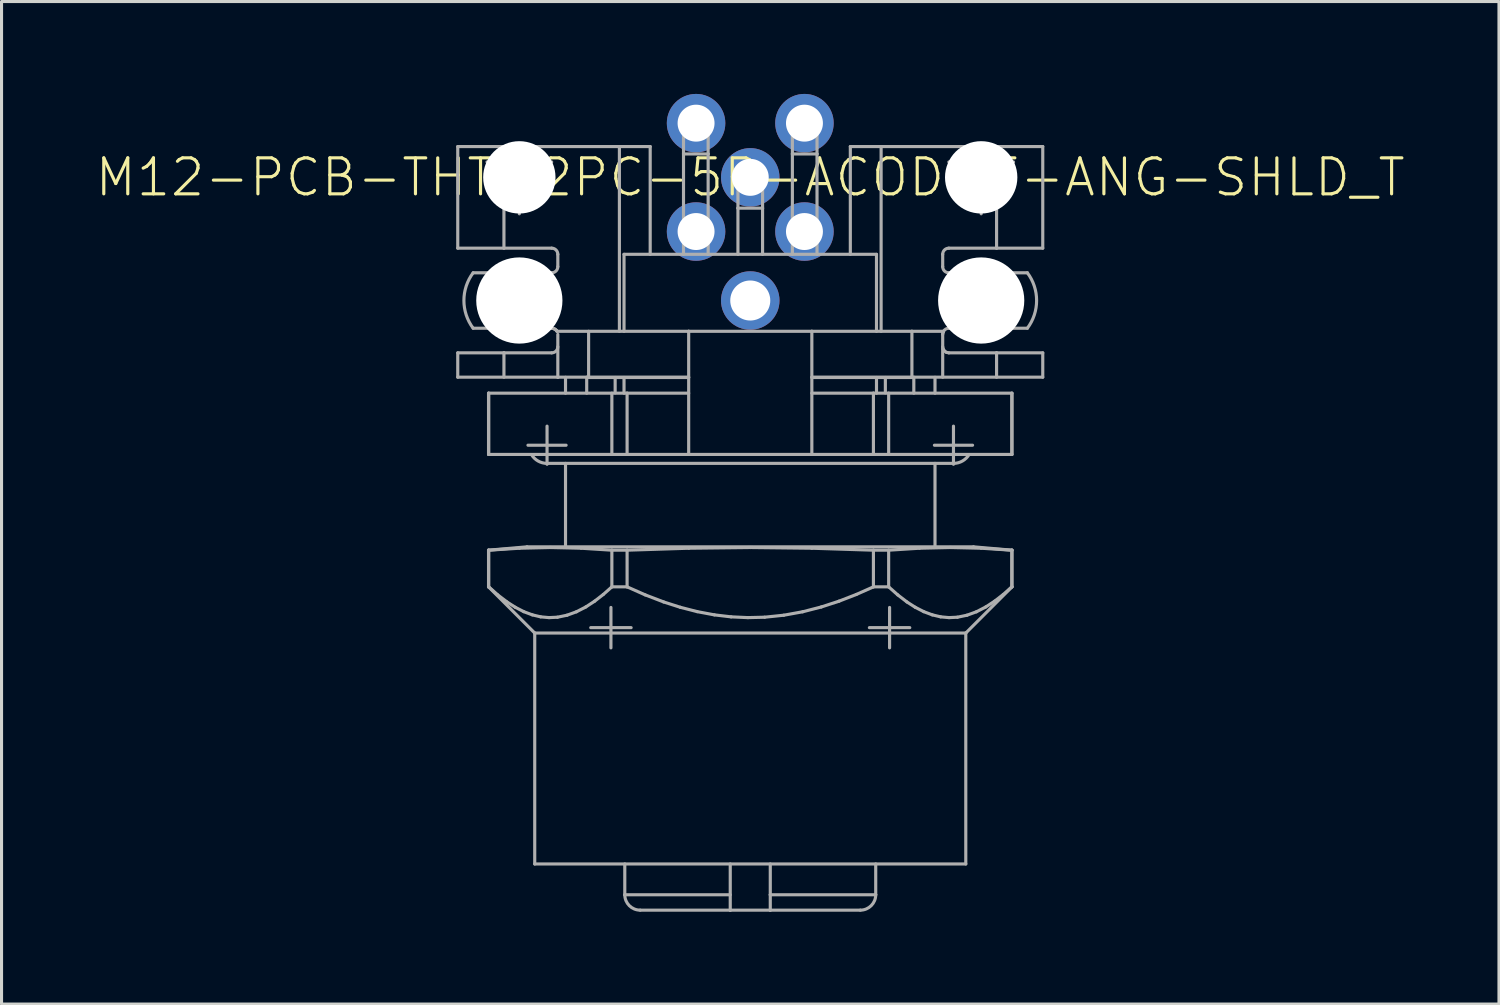
<source format=kicad_pcb>
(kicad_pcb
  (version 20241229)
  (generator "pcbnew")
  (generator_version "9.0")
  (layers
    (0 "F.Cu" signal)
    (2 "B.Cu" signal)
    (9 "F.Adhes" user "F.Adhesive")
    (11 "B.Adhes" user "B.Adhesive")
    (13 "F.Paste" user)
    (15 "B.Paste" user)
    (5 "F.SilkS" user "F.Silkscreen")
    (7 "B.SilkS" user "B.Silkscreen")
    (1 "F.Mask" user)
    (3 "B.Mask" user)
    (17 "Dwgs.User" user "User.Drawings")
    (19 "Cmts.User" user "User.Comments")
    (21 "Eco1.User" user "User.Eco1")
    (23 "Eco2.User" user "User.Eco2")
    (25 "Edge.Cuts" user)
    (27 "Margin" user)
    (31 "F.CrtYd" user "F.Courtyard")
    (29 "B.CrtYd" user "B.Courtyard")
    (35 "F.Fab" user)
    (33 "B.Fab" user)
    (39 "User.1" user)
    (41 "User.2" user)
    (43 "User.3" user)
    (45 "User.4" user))
  (footprint "M12-PCB-THT-2PC-5P-ACOD-F-ANG-SHLD_T"
    (layer "F.Cu")
    (at 21.317 2.71)
    (property "Reference" "M12-PCB-THT-2PC-5P-ACOD-F-ANG-SHLD_T" (at 0 0 0) (unlocked yes) (layer "F.SilkS") (effects (font (size 1.168 1.168) (thickness 0.102))))
    (fp_line (start -9.5 -1) (end -8 -1) (stroke (width 0.102) (type solid)) (layer "F.Fab"))
    (fp_line (start -9.5 2.3) (end -9.5 -1) (stroke (width 0.102) (type solid)) (layer "F.Fab"))
    (fp_line (start -9.5 6.49) (end -9.5 5.7) (stroke (width 0.102) (type solid)) (layer "F.Fab"))
    (fp_line (start -8.55 -0.5) (end -8.182 -0.5) (stroke (width 0.102) (type solid)) (layer "F.Fab"))
    (fp_line (start -8.5 4.9) (end -8.5 3.1) (stroke (width 0.102) (type solid)) (layer "F.Fab"))
    (fp_line (start -8.5 7.01) (end -8.5 9) (stroke (width 0.102) (type solid)) (layer "F.Fab"))
    (fp_line (start -8.5 7.01) (end -2 7.01) (stroke (width 0.102) (type solid)) (layer "F.Fab"))
    (fp_line (start -8.5 9) (end -4.495 9) (stroke (width 0.102) (type solid)) (layer "F.Fab"))
    (fp_line (start -8.5 12.109) (end -8.5 13.3) (stroke (width 0.102) (type solid)) (layer "F.Fab"))
    (fp_line (start -8.5 13.3) (end -7 14.8) (stroke (width 0.102) (type solid)) (layer "F.Fab"))
    (fp_line (start -8.495 9) (end -8.495 7.007) (stroke (width 0.102) (type solid)) (layer "F.Fab"))
    (fp_line (start -8.495 12.109) (end -8.5 12.109) (stroke (width 0.102) (type solid)) (layer "F.Fab"))
    (fp_line (start -8.495 13.3) (end -8.5 13.3) (stroke (width 0.102) (type solid)) (layer "F.Fab"))
    (fp_line (start -8.495 13.3) (end -8.495 12.109) (stroke (width 0.102) (type solid)) (layer "F.Fab"))
    (fp_line (start -8.366 -0.316) (end -8.366 -0.684) (stroke (width 0.102) (type solid)) (layer "F.Fab"))
    (fp_line (start -8.235 0) (end -6.765 0) (stroke (width 0.102) (type solid)) (layer "F.Fab"))
    (fp_line (start -8.202 13.56) (end -8.495 13.3) (stroke (width 0.102) (type solid)) (layer "F.Fab"))
    (fp_line (start -8 3.1) (end -9 3.1) (stroke (width 0.102) (type solid)) (layer "F.Fab"))
    (fp_line (start -8 3.1) (end -8 4.9) (stroke (width 0.102) (type solid)) (layer "F.Fab"))
    (fp_line (start -8 -1) (end -8 2.3) (stroke (width 0.102) (type solid)) (layer "F.Fab"))
    (fp_line (start -8 -1) (end -4.25 -1) (stroke (width 0.102) (type solid)) (layer "F.Fab"))
    (fp_line (start -8 2.3) (end -9.5 2.3) (stroke (width 0.102) (type solid)) (layer "F.Fab"))
    (fp_line (start -8 5.7) (end -9.5 5.7) (stroke (width 0.102) (type solid)) (layer "F.Fab"))
    (fp_line (start -8 6.49) (end -8 5.7) (stroke (width 0.102) (type solid)) (layer "F.Fab"))
    (fp_line (start -7.903 13.789) (end -8.202 13.56) (stroke (width 0.102) (type solid)) (layer "F.Fab"))
    (fp_line (start -7.684 1) (end -7.316 1) (stroke (width 0.102) (type solid)) (layer "F.Fab"))
    (fp_line (start -7.632 13.963) (end -7.903 13.789) (stroke (width 0.102) (type solid)) (layer "F.Fab"))
    (fp_line (start -7.5 0.735) (end -7.5 -0.735) (stroke (width 0.102) (type solid)) (layer "F.Fab"))
    (fp_line (start -7.5 1.184) (end -7.5 0.816) (stroke (width 0.102) (type solid)) (layer "F.Fab"))
    (fp_line (start -7.495 12.045) (end -8.495 12.109) (stroke (width 0.102) (type solid)) (layer "F.Fab"))
    (fp_line (start -7.357 14.105) (end -7.632 13.963) (stroke (width 0.102) (type solid)) (layer "F.Fab"))
    (fp_line (start -7.25 12) (end -8.5 12.109) (stroke (width 0.102) (type solid)) (layer "F.Fab"))
    (fp_line (start -7.22 8.7) (end -5.981 8.7) (stroke (width 0.102) (type solid)) (layer "F.Fab"))
    (fp_line (start -7.077 14.21) (end -7.357 14.105) (stroke (width 0.102) (type solid)) (layer "F.Fab"))
    (fp_line (start -7 14.8) (end -7 22.3) (stroke (width 0.102) (type solid)) (layer "F.Fab"))
    (fp_line (start -6.818 -0.5) (end -6.45 -0.5) (stroke (width 0.102) (type solid)) (layer "F.Fab"))
    (fp_line (start -6.807 14.274) (end -7.077 14.21) (stroke (width 0.102) (type solid)) (layer "F.Fab"))
    (fp_line (start -6.634 -0.316) (end -6.634 -0.684) (stroke (width 0.102) (type solid)) (layer "F.Fab"))
    (fp_line (start -6.6 9.29) (end -6.6 8.081) (stroke (width 0.102) (type solid)) (layer "F.Fab"))
    (fp_line (start -6.6 9.29) (end 6.6 9.29) (stroke (width 0.102) (type solid)) (layer "F.Fab"))
    (fp_line (start -6.6 9.319) (end -6.6 9.29) (stroke (width 0.102) (type solid)) (layer "F.Fab"))
    (fp_line (start -6.534 14.299) (end -6.807 14.274) (stroke (width 0.102) (type solid)) (layer "F.Fab"))
    (fp_line (start -6.493 12.022) (end -7.495 12.045) (stroke (width 0.102) (type solid)) (layer "F.Fab"))
    (fp_line (start -6.45 2.3) (end -8 2.3) (stroke (width 0.102) (type solid)) (layer "F.Fab"))
    (fp_line (start -6.45 3.1) (end -8 3.1) (stroke (width 0.102) (type solid)) (layer "F.Fab"))
    (fp_line (start -6.45 4.9) (end -9 4.9) (stroke (width 0.102) (type solid)) (layer "F.Fab"))
    (fp_line (start -6.45 4.9) (end -6.37 4.917) (stroke (width 0.102) (type solid)) (layer "F.Fab"))
    (fp_line (start -6.45 5.7) (end -8 5.7) (stroke (width 0.102) (type solid)) (layer "F.Fab"))
    (fp_line (start -6.37 4.917) (end -6.316 4.951) (stroke (width 0.102) (type solid)) (layer "F.Fab"))
    (fp_line (start -6.316 4.951) (end -6.292 4.977) (stroke (width 0.102) (type solid)) (layer "F.Fab"))
    (fp_line (start -6.292 4.977) (end -6.277 5) (stroke (width 0.102) (type solid)) (layer "F.Fab"))
    (fp_line (start -6.262 14.286) (end -6.534 14.299) (stroke (width 0.102) (type solid)) (layer "F.Fab"))
    (fp_line (start -6.25 2.9) (end -6.25 2.5) (stroke (width 0.102) (type solid)) (layer "F.Fab"))
    (fp_line (start -6.25 6.5) (end -6.25 5.1) (stroke (width 0.102) (type solid)) (layer "F.Fab"))
    (fp_line (start -6 6.495) (end -6 7.01) (stroke (width 0.102) (type solid)) (layer "F.Fab"))
    (fp_line (start -6 9.29) (end -6 12) (stroke (width 0.102) (type solid)) (layer "F.Fab"))
    (fp_line (start -5.951 14.221) (end -6.262 14.286) (stroke (width 0.102) (type solid)) (layer "F.Fab"))
    (fp_line (start -5.644 14.109) (end -5.951 14.221) (stroke (width 0.102) (type solid)) (layer "F.Fab"))
    (fp_line (start -5.494 12.045) (end -6.493 12.022) (stroke (width 0.102) (type solid)) (layer "F.Fab"))
    (fp_line (start -5.341 13.953) (end -5.644 14.109) (stroke (width 0.102) (type solid)) (layer "F.Fab"))
    (fp_line (start -5.312 6.49) (end -5.312 7.01) (stroke (width 0.102) (type solid)) (layer "F.Fab"))
    (fp_line (start -5.25 6.495) (end -5.25 5) (stroke (width 0.102) (type solid)) (layer "F.Fab"))
    (fp_line (start -5.181 14.625) (end -3.869 14.625) (stroke (width 0.102) (type solid)) (layer "F.Fab"))
    (fp_line (start -5.054 13.765) (end -5.341 13.953) (stroke (width 0.102) (type solid)) (layer "F.Fab"))
    (fp_line (start -4.772 13.546) (end -5.054 13.765) (stroke (width 0.102) (type solid)) (layer "F.Fab"))
    (fp_line (start -4.525 15.281) (end -4.525 13.969) (stroke (width 0.102) (type solid)) (layer "F.Fab"))
    (fp_line (start -4.495 7.01) (end -4.495 9) (stroke (width 0.102) (type solid)) (layer "F.Fab"))
    (fp_line (start -4.495 12.109) (end -5.494 12.045) (stroke (width 0.102) (type solid)) (layer "F.Fab"))
    (fp_line (start -4.495 13.3) (end -4.772 13.546) (stroke (width 0.102) (type solid)) (layer "F.Fab"))
    (fp_line (start -4.495 13.3) (end -4.495 12.109) (stroke (width 0.102) (type solid)) (layer "F.Fab"))
    (fp_line (start -4.388 6.5) (end -4.388 7) (stroke (width 0.102) (type solid)) (layer "F.Fab"))
    (fp_line (start -4.25 -1) (end -3.25 -1) (stroke (width 0.102) (type solid)) (layer "F.Fab"))
    (fp_line (start -4.25 5) (end -4.25 -1) (stroke (width 0.102) (type solid)) (layer "F.Fab"))
    (fp_line (start -4.1 2.5) (end -4.1 5) (stroke (width 0.102) (type solid)) (layer "F.Fab"))
    (fp_line (start -4.1 2.5) (end 4.1 2.5) (stroke (width 0.102) (type solid)) (layer "F.Fab"))
    (fp_line (start -4.1 6.5) (end -4.1 7.01) (stroke (width 0.102) (type solid)) (layer "F.Fab"))
    (fp_line (start -4.075 22.3) (end -4.075 23.3) (stroke (width 0.102) (type solid)) (layer "F.Fab"))
    (fp_line (start -4.075 23.3) (end -0.65 23.3) (stroke (width 0.102) (type solid)) (layer "F.Fab"))
    (fp_line (start -4 7.005) (end -4 9) (stroke (width 0.102) (type solid)) (layer "F.Fab"))
    (fp_line (start -4 9) (end -4.495 9) (stroke (width 0.102) (type solid)) (layer "F.Fab"))
    (fp_line (start -4 9) (end -2 9) (stroke (width 0.102) (type solid)) (layer "F.Fab"))
    (fp_line (start -4 12.109) (end -4.495 12.109) (stroke (width 0.102) (type solid)) (layer "F.Fab"))
    (fp_line (start -4 13.3) (end -4.495 13.3) (stroke (width 0.102) (type solid)) (layer "F.Fab"))
    (fp_line (start -4 13.3) (end -4 12.109) (stroke (width 0.102) (type solid)) (layer "F.Fab"))
    (fp_line (start -3.574 23.8) (end 3.574 23.8) (stroke (width 0.102) (type solid)) (layer "F.Fab"))
    (fp_line (start -3.413 13.56) (end -4 13.3) (stroke (width 0.102) (type solid)) (layer "F.Fab"))
    (fp_line (start -3.25 -1) (end -3.25 2.5) (stroke (width 0.102) (type solid)) (layer "F.Fab"))
    (fp_line (start -2.816 13.789) (end -3.413 13.56) (stroke (width 0.102) (type solid)) (layer "F.Fab"))
    (fp_line (start -2.274 13.963) (end -2.816 13.789) (stroke (width 0.102) (type solid)) (layer "F.Fab"))
    (fp_line (start -2.188 -1.76) (end -2.168 -1.76) (stroke (width 0.102) (type solid)) (layer "F.Fab"))
    (fp_line (start -2.168 -1.76) (end -2.168 -0.76) (stroke (width 0.102) (type solid)) (layer "F.Fab"))
    (fp_line (start -2.168 -0.76) (end -2.168 2.5) (stroke (width 0.102) (type solid)) (layer "F.Fab"))
    (fp_line (start -2 5) (end -6.263 5) (stroke (width 0.102) (type solid)) (layer "F.Fab"))
    (fp_line (start -2 6.49) (end -9.5 6.49) (stroke (width 0.102) (type solid)) (layer "F.Fab"))
    (fp_line (start -2 6.5) (end -5.25 6.5) (stroke (width 0.102) (type solid)) (layer "F.Fab"))
    (fp_line (start -2 9) (end -2 5) (stroke (width 0.102) (type solid)) (layer "F.Fab"))
    (fp_line (start -2 9) (end 2 9) (stroke (width 0.102) (type solid)) (layer "F.Fab"))
    (fp_line (start -1.999 12.045) (end -4 12.109) (stroke (width 0.102) (type solid)) (layer "F.Fab"))
    (fp_line (start -1.723 14.105) (end -2.274 13.963) (stroke (width 0.102) (type solid)) (layer "F.Fab"))
    (fp_line (start -1.368 -1.76) (end -1.348 -1.76) (stroke (width 0.102) (type solid)) (layer "F.Fab"))
    (fp_line (start -1.368 -0.76) (end -2.168 -0.76) (stroke (width 0.102) (type solid)) (layer "F.Fab"))
    (fp_line (start -1.368 -0.76) (end -1.368 -1.76) (stroke (width 0.102) (type solid)) (layer "F.Fab"))
    (fp_line (start -1.368 2.5) (end -1.368 -0.76) (stroke (width 0.102) (type solid)) (layer "F.Fab"))
    (fp_line (start -1.164 14.21) (end -1.723 14.105) (stroke (width 0.102) (type solid)) (layer "F.Fab"))
    (fp_line (start -0.65 22.3) (end -0.65 23.799) (stroke (width 0.102) (type solid)) (layer "F.Fab"))
    (fp_line (start -0.65 23.8) (end -0.65 23.799) (stroke (width 0.102) (type solid)) (layer "F.Fab"))
    (fp_line (start -0.649 23.8) (end -0.65 23.8) (stroke (width 0.102) (type solid)) (layer "F.Fab"))
    (fp_line (start -0.623 14.274) (end -1.164 14.21) (stroke (width 0.102) (type solid)) (layer "F.Fab"))
    (fp_line (start -0.42 0) (end -0.4 0) (stroke (width 0.102) (type solid)) (layer "F.Fab"))
    (fp_line (start -0.4 0) (end -0.4 1) (stroke (width 0.102) (type solid)) (layer "F.Fab"))
    (fp_line (start -0.4 1) (end -0.4 2.5) (stroke (width 0.102) (type solid)) (layer "F.Fab"))
    (fp_line (start -0.078 14.299) (end -0.623 14.274) (stroke (width 0.102) (type solid)) (layer "F.Fab"))
    (fp_line (start 0.004 12.022) (end -1.999 12.045) (stroke (width 0.102) (type solid)) (layer "F.Fab"))
    (fp_line (start 0.4 0) (end 0.42 0) (stroke (width 0.102) (type solid)) (layer "F.Fab"))
    (fp_line (start 0.4 1) (end -0.4 1) (stroke (width 0.102) (type solid)) (layer "F.Fab"))
    (fp_line (start 0.4 1) (end 0.4 0) (stroke (width 0.102) (type solid)) (layer "F.Fab"))
    (fp_line (start 0.4 2.5) (end 0.4 1) (stroke (width 0.102) (type solid)) (layer "F.Fab"))
    (fp_line (start 0.466 14.286) (end -0.078 14.299) (stroke (width 0.102) (type solid)) (layer "F.Fab"))
    (fp_line (start 0.649 23.8) (end 0.649 23.8) (stroke (width 0.102) (type solid)) (layer "F.Fab"))
    (fp_line (start 0.65 23.3) (end 0.65 22.3) (stroke (width 0.102) (type solid)) (layer "F.Fab"))
    (fp_line (start 0.65 23.3) (end 4.075 23.3) (stroke (width 0.102) (type solid)) (layer "F.Fab"))
    (fp_line (start 0.65 23.799) (end 0.649 23.8) (stroke (width 0.102) (type solid)) (layer "F.Fab"))
    (fp_line (start 0.65 23.799) (end 0.65 23.3) (stroke (width 0.102) (type solid)) (layer "F.Fab"))
    (fp_line (start 1.088 14.221) (end 0.466 14.286) (stroke (width 0.102) (type solid)) (layer "F.Fab"))
    (fp_line (start 1.348 -1.76) (end 1.368 -1.76) (stroke (width 0.102) (type solid)) (layer "F.Fab"))
    (fp_line (start 1.368 -1.76) (end 1.368 -0.76) (stroke (width 0.102) (type solid)) (layer "F.Fab"))
    (fp_line (start 1.368 -0.76) (end 1.368 2.5) (stroke (width 0.102) (type solid)) (layer "F.Fab"))
    (fp_line (start 1.703 14.109) (end 1.088 14.221) (stroke (width 0.102) (type solid)) (layer "F.Fab"))
    (fp_line (start 2 5) (end -2 5) (stroke (width 0.102) (type solid)) (layer "F.Fab"))
    (fp_line (start 2 5) (end 2 9) (stroke (width 0.102) (type solid)) (layer "F.Fab"))
    (fp_line (start 2 7.01) (end 8.5 7.01) (stroke (width 0.102) (type solid)) (layer "F.Fab"))
    (fp_line (start 2 9) (end 4 9) (stroke (width 0.102) (type solid)) (layer "F.Fab"))
    (fp_line (start 2.002 12.045) (end 0.004 12.022) (stroke (width 0.102) (type solid)) (layer "F.Fab"))
    (fp_line (start 2.168 -1.76) (end 2.188 -1.76) (stroke (width 0.102) (type solid)) (layer "F.Fab"))
    (fp_line (start 2.168 -0.76) (end 1.368 -0.76) (stroke (width 0.102) (type solid)) (layer "F.Fab"))
    (fp_line (start 2.168 -0.76) (end 2.168 -1.76) (stroke (width 0.102) (type solid)) (layer "F.Fab"))
    (fp_line (start 2.168 2.5) (end 2.168 -0.76) (stroke (width 0.102) (type solid)) (layer "F.Fab"))
    (fp_line (start 2.308 13.953) (end 1.703 14.109) (stroke (width 0.102) (type solid)) (layer "F.Fab"))
    (fp_line (start 2.883 13.765) (end 2.308 13.953) (stroke (width 0.102) (type solid)) (layer "F.Fab"))
    (fp_line (start 3.25 2.5) (end 3.25 -1) (stroke (width 0.102) (type solid)) (layer "F.Fab"))
    (fp_line (start 3.447 13.546) (end 2.883 13.765) (stroke (width 0.102) (type solid)) (layer "F.Fab"))
    (fp_line (start 3.869 14.625) (end 5.181 14.625) (stroke (width 0.102) (type solid)) (layer "F.Fab"))
    (fp_line (start 4 7.005) (end 4 9) (stroke (width 0.102) (type solid)) (layer "F.Fab"))
    (fp_line (start 4 9) (end 8.5 9) (stroke (width 0.102) (type solid)) (layer "F.Fab"))
    (fp_line (start 4 12.109) (end 2.002 12.045) (stroke (width 0.102) (type solid)) (layer "F.Fab"))
    (fp_line (start 4 13.3) (end 3.447 13.546) (stroke (width 0.102) (type solid)) (layer "F.Fab"))
    (fp_line (start 4 13.3) (end 4 12.109) (stroke (width 0.102) (type solid)) (layer "F.Fab"))
    (fp_line (start 4.075 23.3) (end 4.075 22.3) (stroke (width 0.102) (type solid)) (layer "F.Fab"))
    (fp_line (start 4.1 5) (end 4.1 2.5) (stroke (width 0.102) (type solid)) (layer "F.Fab"))
    (fp_line (start 4.1 7.01) (end 4.1 6.5) (stroke (width 0.102) (type solid)) (layer "F.Fab"))
    (fp_line (start 4.25 -1) (end 3.25 -1) (stroke (width 0.102) (type solid)) (layer "F.Fab"))
    (fp_line (start 4.25 5) (end 4.25 -1) (stroke (width 0.102) (type solid)) (layer "F.Fab"))
    (fp_line (start 4.388 6.5) (end 4.388 7) (stroke (width 0.102) (type solid)) (layer "F.Fab"))
    (fp_line (start 4.495 7.007) (end 4.495 9) (stroke (width 0.102) (type solid)) (layer "F.Fab"))
    (fp_line (start 4.495 12.109) (end 4 12.109) (stroke (width 0.102) (type solid)) (layer "F.Fab"))
    (fp_line (start 4.495 13.3) (end 4 13.3) (stroke (width 0.102) (type solid)) (layer "F.Fab"))
    (fp_line (start 4.495 13.3) (end 4.495 12.109) (stroke (width 0.102) (type solid)) (layer "F.Fab"))
    (fp_line (start 4.525 15.281) (end 4.525 13.969) (stroke (width 0.102) (type solid)) (layer "F.Fab"))
    (fp_line (start 4.789 13.56) (end 4.495 13.3) (stroke (width 0.102) (type solid)) (layer "F.Fab"))
    (fp_line (start 5.087 13.789) (end 4.789 13.56) (stroke (width 0.102) (type solid)) (layer "F.Fab"))
    (fp_line (start 5.25 5) (end 2 5) (stroke (width 0.102) (type solid)) (layer "F.Fab"))
    (fp_line (start 5.25 6.5) (end 2 6.5) (stroke (width 0.102) (type solid)) (layer "F.Fab"))
    (fp_line (start 5.25 6.5) (end 5.25 5) (stroke (width 0.102) (type solid)) (layer "F.Fab"))
    (fp_line (start 5.312 6.491) (end 5.312 7.01) (stroke (width 0.102) (type solid)) (layer "F.Fab"))
    (fp_line (start 5.358 13.963) (end 5.087 13.789) (stroke (width 0.102) (type solid)) (layer "F.Fab"))
    (fp_line (start 5.496 12.045) (end 4.495 12.109) (stroke (width 0.102) (type solid)) (layer "F.Fab"))
    (fp_line (start 5.634 14.105) (end 5.358 13.963) (stroke (width 0.102) (type solid)) (layer "F.Fab"))
    (fp_line (start 5.913 14.21) (end 5.634 14.105) (stroke (width 0.102) (type solid)) (layer "F.Fab"))
    (fp_line (start 5.981 8.7) (end 7.22 8.7) (stroke (width 0.102) (type solid)) (layer "F.Fab"))
    (fp_line (start 6 6.495) (end 6 7.01) (stroke (width 0.102) (type solid)) (layer "F.Fab"))
    (fp_line (start 6 12) (end 6 9.29) (stroke (width 0.102) (type solid)) (layer "F.Fab"))
    (fp_line (start 6.184 14.274) (end 5.913 14.21) (stroke (width 0.102) (type solid)) (layer "F.Fab"))
    (fp_line (start 6.25 2.9) (end 6.25 2.5) (stroke (width 0.102) (type solid)) (layer "F.Fab"))
    (fp_line (start 6.25 6.49) (end 6.25 5.1) (stroke (width 0.102) (type solid)) (layer "F.Fab"))
    (fp_line (start 6.257 5.047) (end 6.25 5.1) (stroke (width 0.102) (type solid)) (layer "F.Fab"))
    (fp_line (start 6.262 5.034) (end 6.257 5.047) (stroke (width 0.102) (type solid)) (layer "F.Fab"))
    (fp_line (start 6.265 5.577) (end 6.25 5.5) (stroke (width 0.102) (type solid)) (layer "F.Fab"))
    (fp_line (start 6.277 5) (end 5.25 5) (stroke (width 0.102) (type solid)) (layer "F.Fab"))
    (fp_line (start 6.277 5) (end 6.262 5.034) (stroke (width 0.102) (type solid)) (layer "F.Fab"))
    (fp_line (start 6.309 5.641) (end 6.265 5.577) (stroke (width 0.102) (type solid)) (layer "F.Fab"))
    (fp_line (start 6.373 5.685) (end 6.309 5.641) (stroke (width 0.102) (type solid)) (layer "F.Fab"))
    (fp_line (start 6.45 4.9) (end 8 4.9) (stroke (width 0.102) (type solid)) (layer "F.Fab"))
    (fp_line (start 6.45 5.7) (end 6.373 5.685) (stroke (width 0.102) (type solid)) (layer "F.Fab"))
    (fp_line (start 6.45 -0.5) (end 6.818 -0.5) (stroke (width 0.102) (type solid)) (layer "F.Fab"))
    (fp_line (start 6.456 14.299) (end 6.184 14.274) (stroke (width 0.102) (type solid)) (layer "F.Fab"))
    (fp_line (start 6.497 12.022) (end 5.496 12.045) (stroke (width 0.102) (type solid)) (layer "F.Fab"))
    (fp_line (start 6.6 9.29) (end 6.6 8.081) (stroke (width 0.102) (type solid)) (layer "F.Fab"))
    (fp_line (start 6.6 9.319) (end 6.6 9.29) (stroke (width 0.102) (type solid)) (layer "F.Fab"))
    (fp_line (start 6.634 -0.316) (end 6.634 -0.684) (stroke (width 0.102) (type solid)) (layer "F.Fab"))
    (fp_line (start 6.728 14.286) (end 6.456 14.299) (stroke (width 0.102) (type solid)) (layer "F.Fab"))
    (fp_line (start 6.765 0) (end 8.235 0) (stroke (width 0.102) (type solid)) (layer "F.Fab"))
    (fp_line (start 7 14.8) (end -7 14.8) (stroke (width 0.102) (type solid)) (layer "F.Fab"))
    (fp_line (start 7 14.8) (end 8.5 13.3) (stroke (width 0.102) (type solid)) (layer "F.Fab"))
    (fp_line (start 7 22.3) (end -7 22.3) (stroke (width 0.102) (type solid)) (layer "F.Fab"))
    (fp_line (start 7 22.3) (end 7 14.8) (stroke (width 0.102) (type solid)) (layer "F.Fab"))
    (fp_line (start 7.039 14.221) (end 6.728 14.286) (stroke (width 0.102) (type solid)) (layer "F.Fab"))
    (fp_line (start 7.25 12) (end -7.25 12) (stroke (width 0.102) (type solid)) (layer "F.Fab"))
    (fp_line (start 7.316 1) (end 7.684 1) (stroke (width 0.102) (type solid)) (layer "F.Fab"))
    (fp_line (start 7.347 14.109) (end 7.039 14.221) (stroke (width 0.102) (type solid)) (layer "F.Fab"))
    (fp_line (start 7.496 12.045) (end 6.497 12.022) (stroke (width 0.102) (type solid)) (layer "F.Fab"))
    (fp_line (start 7.5 0.735) (end 7.5 -0.735) (stroke (width 0.102) (type solid)) (layer "F.Fab"))
    (fp_line (start 7.5 1.184) (end 7.5 0.816) (stroke (width 0.102) (type solid)) (layer "F.Fab"))
    (fp_line (start 7.649 13.953) (end 7.347 14.109) (stroke (width 0.102) (type solid)) (layer "F.Fab"))
    (fp_line (start 7.937 13.765) (end 7.649 13.953) (stroke (width 0.102) (type solid)) (layer "F.Fab"))
    (fp_line (start 8 -1) (end 4.25 -1) (stroke (width 0.102) (type solid)) (layer "F.Fab"))
    (fp_line (start 8 2.3) (end 6.45 2.3) (stroke (width 0.102) (type solid)) (layer "F.Fab"))
    (fp_line (start 8 2.3) (end 8 -1) (stroke (width 0.102) (type solid)) (layer "F.Fab"))
    (fp_line (start 8 5.7) (end 6.45 5.7) (stroke (width 0.102) (type solid)) (layer "F.Fab"))
    (fp_line (start 8 6.491) (end 8 5.7) (stroke (width 0.102) (type solid)) (layer "F.Fab"))
    (fp_line (start 8 3.1) (end 6.45 3.1) (stroke (width 0.102) (type solid)) (layer "F.Fab"))
    (fp_line (start 8 4.9) (end 8 3.1) (stroke (width 0.102) (type solid)) (layer "F.Fab"))
    (fp_line (start 8 4.9) (end 8.5 4.9) (stroke (width 0.102) (type solid)) (layer "F.Fab"))
    (fp_line (start 8.182 -0.5) (end 8.55 -0.5) (stroke (width 0.102) (type solid)) (layer "F.Fab"))
    (fp_line (start 8.219 13.546) (end 7.937 13.765) (stroke (width 0.102) (type solid)) (layer "F.Fab"))
    (fp_line (start 8.366 -0.316) (end 8.366 -0.684) (stroke (width 0.102) (type solid)) (layer "F.Fab"))
    (fp_line (start 8.495 7.01) (end 8.495 9) (stroke (width 0.102) (type solid)) (layer "F.Fab"))
    (fp_line (start 8.495 12.109) (end 7.496 12.045) (stroke (width 0.102) (type solid)) (layer "F.Fab"))
    (fp_line (start 8.495 13.3) (end 8.219 13.546) (stroke (width 0.102) (type solid)) (layer "F.Fab"))
    (fp_line (start 8.495 13.3) (end 8.495 12.109) (stroke (width 0.102) (type solid)) (layer "F.Fab"))
    (fp_line (start 8.5 9) (end 8.5 7.01) (stroke (width 0.102) (type solid)) (layer "F.Fab"))
    (fp_line (start 8.5 12.109) (end 7.25 12) (stroke (width 0.102) (type solid)) (layer "F.Fab"))
    (fp_line (start 8.5 12.109) (end 8.495 12.109) (stroke (width 0.102) (type solid)) (layer "F.Fab"))
    (fp_line (start 8.5 13.3) (end 8.495 13.3) (stroke (width 0.102) (type solid)) (layer "F.Fab"))
    (fp_line (start 8.5 13.3) (end 8.5 12.109) (stroke (width 0.102) (type solid)) (layer "F.Fab"))
    (fp_line (start 8.5 3.1) (end 8 3.1) (stroke (width 0.102) (type solid)) (layer "F.Fab"))
    (fp_line (start 8.5 4.9) (end 8.5 3.1) (stroke (width 0.102) (type solid)) (layer "F.Fab"))
    (fp_line (start 8.5 4.9) (end 9 4.9) (stroke (width 0.102) (type solid)) (layer "F.Fab"))
    (fp_line (start 9 3.1) (end 8.5 3.1) (stroke (width 0.102) (type solid)) (layer "F.Fab"))
    (fp_line (start 9.5 -1) (end 8 -1) (stroke (width 0.102) (type solid)) (layer "F.Fab"))
    (fp_line (start 9.5 2.3) (end 8 2.3) (stroke (width 0.102) (type solid)) (layer "F.Fab"))
    (fp_line (start 9.5 2.3) (end 9.5 -1) (stroke (width 0.102) (type solid)) (layer "F.Fab"))
    (fp_line (start 9.5 5.7) (end 8 5.7) (stroke (width 0.102) (type solid)) (layer "F.Fab"))
    (fp_line (start 9.5 6.49) (end 2 6.49) (stroke (width 0.102) (type solid)) (layer "F.Fab"))
    (fp_line (start 9.5 6.49) (end 9.5 5.7) (stroke (width 0.102) (type solid)) (layer "F.Fab"))
    (fp_arc (start -9.000189 4.900001) (mid -9.30019 4.000001) (end -9.00019 3.1) (stroke (width 0.1016) (type solid)) (layer "F.Fab"))
    (fp_arc (start -6.599999 9.29) (mid -6.890597 9.213472) (end -7.105809 9.00374) (stroke (width 0.1016) (type solid)) (layer "F.Fab"))
    (fp_arc (start -6.45 2.3) (mid -6.308579 2.358579) (end -6.25 2.5) (stroke (width 0.1016) (type solid)) (layer "F.Fab"))
    (fp_arc (start -6.449999 4.90004) (mid -6.349996 4.926804) (end -6.27679 5) (stroke (width 0.1016) (type solid)) (layer "F.Fab"))
    (fp_arc (start -6.25 2.9) (mid -6.308579 3.041421) (end -6.45 3.1) (stroke (width 0.1016) (type solid)) (layer "F.Fab"))
    (fp_arc (start -6.25 5.5) (mid -6.308579 5.641421) (end -6.45 5.7) (stroke (width 0.1016) (type solid)) (layer "F.Fab"))
    (fp_arc (start -3.575 23.8) (mid -3.928553 23.653553) (end -4.075 23.3) (stroke (width 0.1016) (type solid)) (layer "F.Fab"))
    (fp_arc (start -2.167768 -1.76) (mid -1.767768 -2.16) (end -1.367768 -1.76) (stroke (width 0.1016) (type solid)) (layer "F.Fab"))
    (fp_arc (start -0.4 0) (mid 0 -0.4) (end 0.4 0) (stroke (width 0.1016) (type solid)) (layer "F.Fab"))
    (fp_arc (start 1.367768 -1.76) (mid 1.767768 -2.16) (end 2.167768 -1.76) (stroke (width 0.1016) (type solid)) (layer "F.Fab"))
    (fp_arc (start 4.075 23.3) (mid 3.928553 23.653553) (end 3.575 23.8) (stroke (width 0.1016) (type solid)) (layer "F.Fab"))
    (fp_arc (start 6.25 2.5) (mid 6.308579 2.358579) (end 6.45 2.3) (stroke (width 0.1016) (type solid)) (layer "F.Fab"))
    (fp_arc (start 6.276793 5.000003) (mid 6.349998 4.926796) (end 6.45 4.9) (stroke (width 0.1016) (type solid)) (layer "F.Fab"))
    (fp_arc (start 6.45 3.1) (mid 6.308579 3.041421) (end 6.25 2.9) (stroke (width 0.1016) (type solid)) (layer "F.Fab"))
    (fp_arc (start 7.106646 9.002337) (mid 6.891307 9.213068) (end 6.6 9.29) (stroke (width 0.1016) (type solid)) (layer "F.Fab"))
    (fp_arc (start 9.000189 3.099999) (mid 9.30019 3.999999) (end 9.00019 4.9) (stroke (width 0.1016) (type solid)) (layer "F.Fab"))
    (pad "" np_thru_hole circle (at -7.5 0) (size 2.35 2.35) (drill 2.35) (layers "*.Cu" "*.Mask"))
    (pad "" np_thru_hole circle (at -7.5 4) (size 2.8 2.8) (drill 2.8) (layers "*.Cu" "*.Mask"))
    (pad "" np_thru_hole circle (at 7.5 0) (size 2.35 2.35) (drill 2.35) (layers "*.Cu" "*.Mask"))
    (pad "" np_thru_hole circle (at 7.5 4) (size 2.8 2.8) (drill 2.8) (layers "*.Cu" "*.Mask"))
    (pad "1" thru_hole circle (at -1.76 -1.76) (size 1.9 1.9) (drill 1.2) (layers "*.Cu" "*.Mask"))
    (pad "2" thru_hole circle (at 1.76 -1.76) (size 1.9 1.9) (drill 1.2) (layers "*.Cu" "*.Mask"))
    (pad "3" thru_hole circle (at 1.76 1.76) (size 1.9 1.9) (drill 1.2) (layers "*.Cu" "*.Mask"))
    (pad "4" thru_hole circle (at -1.76 1.76) (size 1.9 1.9) (drill 1.2) (layers "*.Cu" "*.Mask"))
    (pad "5" thru_hole circle (at 0 0) (size 1.9 1.9) (drill 1.2) (layers "*.Cu" "*.Mask"))
    (pad "SH" thru_hole circle (at 0 4) (size 1.9 1.9) (drill 1.3) (layers "*.Cu" "*.Mask")))
  (gr_rect
    (start -3 -3)
    (end 45.634 29.561)
    (stroke (width 0.1) (type default))
    (fill no)
    (layer "Edge.Cuts")))
</source>
